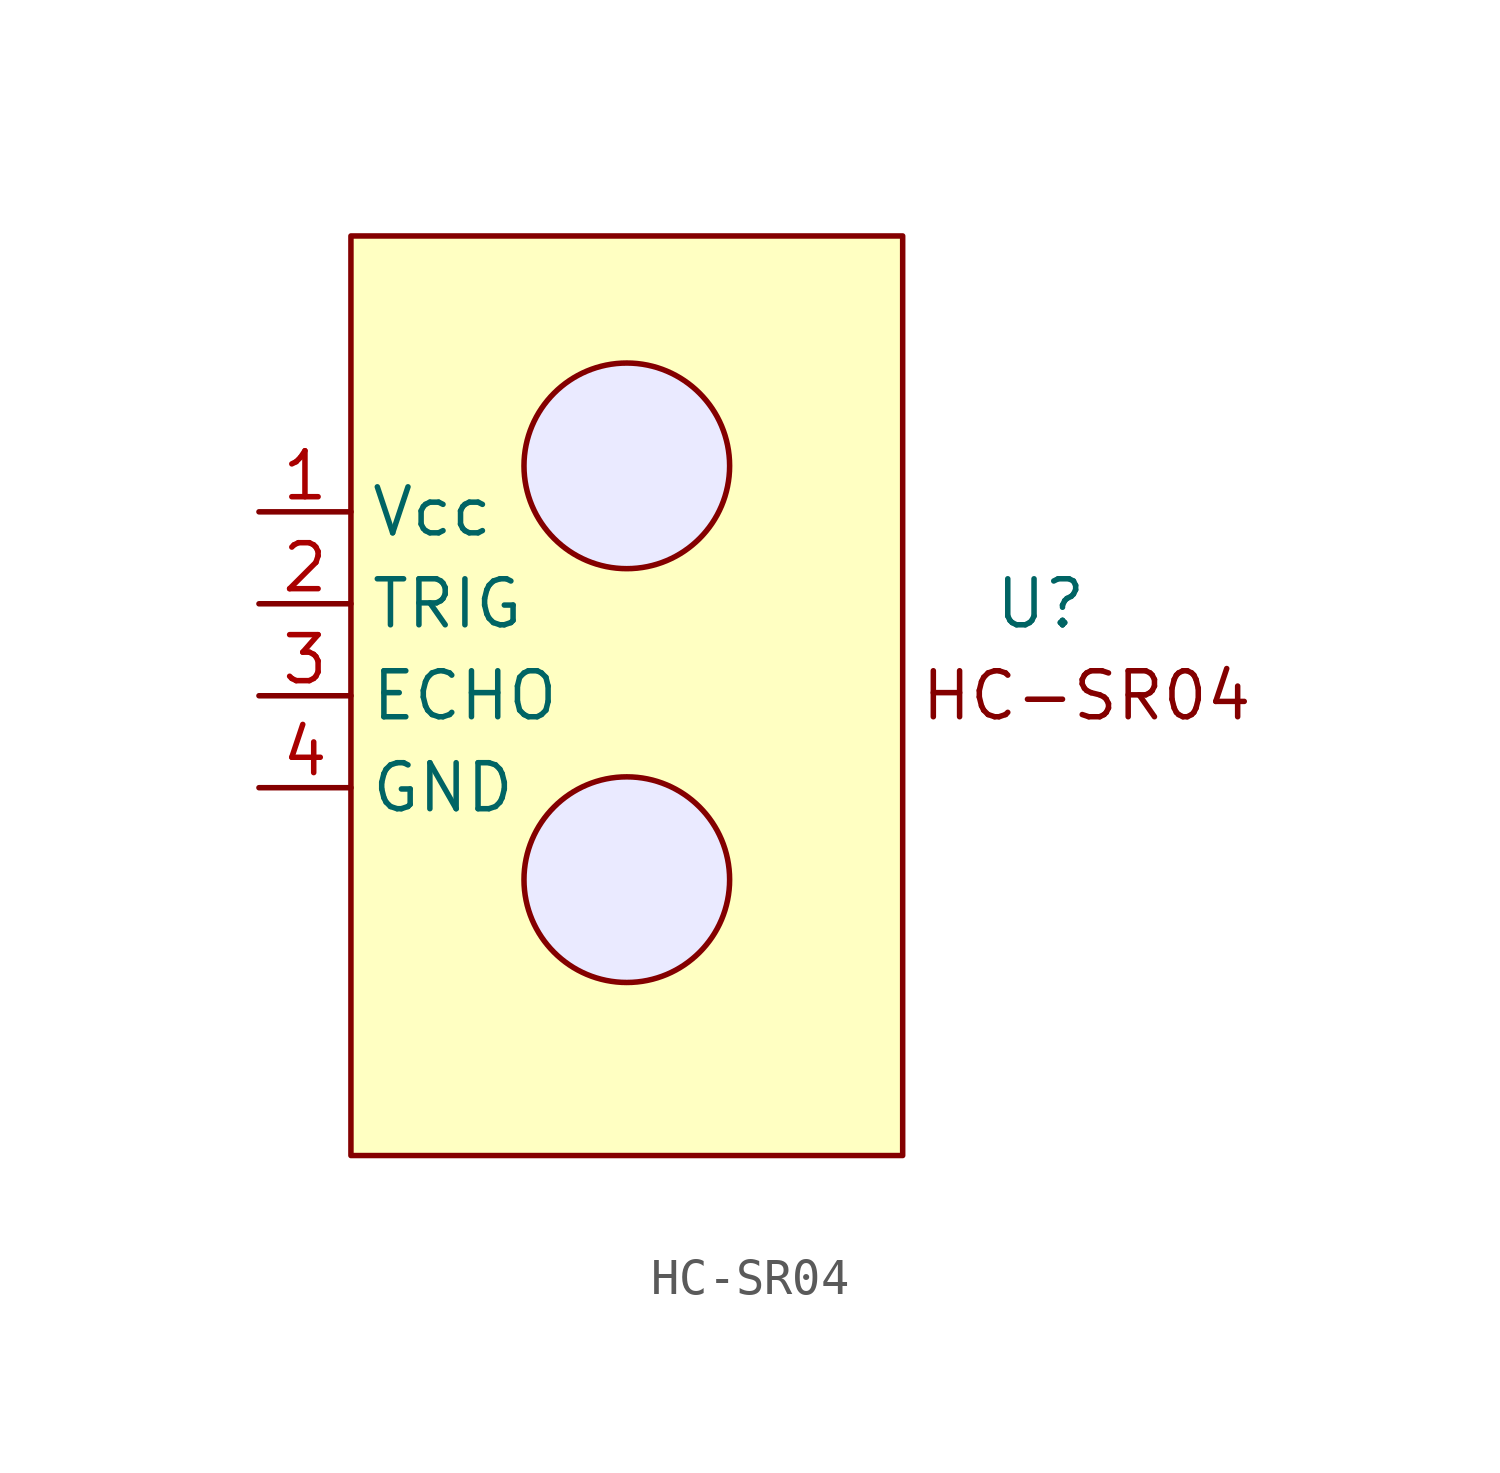
<source format=kicad_sym>
(kicad_symbol_lib
  (version 20231120)
  (generator "kicad_symbol_editor")
  (generator_version "8.0")
  (symbol "HC-SR04"
    (property "Reference" "U"
      (at 11.43 2.54 0)
      (effects (font (size 1.27 1.27))))
    (property "Value" ""
      (at 0 5.08 0)
      (effects (font (size 1.27 1.27))))
    (symbol "HC-SR04_0_1"
      (rectangle (start -7.62 12.7) (end 7.62 -12.7) (stroke (width 0) (type default)) (fill (type background)))
      (circle (center 0 -5.08) (radius 2.84) (stroke (width 0) (type default)) (fill (type color) (color 234 234 255 1)))
      (circle (center 0 6.35) (radius 2.84) (stroke (width 0) (type default)) (fill (type color) (color 234 234 255 1))))
    (symbol "HC-SR04_1_1"
      (text "HC-SR04\n" (at 12.7 0 0) (effects (font (size 1.27 1.27))))
      (pin power_in line (at -10.16 5.08 0) (length 2.54) (name "Vcc" (effects (font (size 1.27 1.27)))) (number "1" (effects (font (size 1.27 1.27)))))
      (pin bidirectional line (at -10.16 2.54 0) (length 2.54) (name "TRIG" (effects (font (size 1.27 1.27)))) (number "2" (effects (font (size 1.27 1.27)))))
      (pin bidirectional line (at -10.16 0 0) (length 2.54) (name "ECHO" (effects (font (size 1.27 1.27)))) (number "3" (effects (font (size 1.27 1.27)))))
      (pin power_in line (at -10.16 -2.54 0) (length 2.54) (name "GND" (effects (font (size 1.27 1.27)))) (number "4" (effects (font (size 1.27 1.27))))))))
</source>
